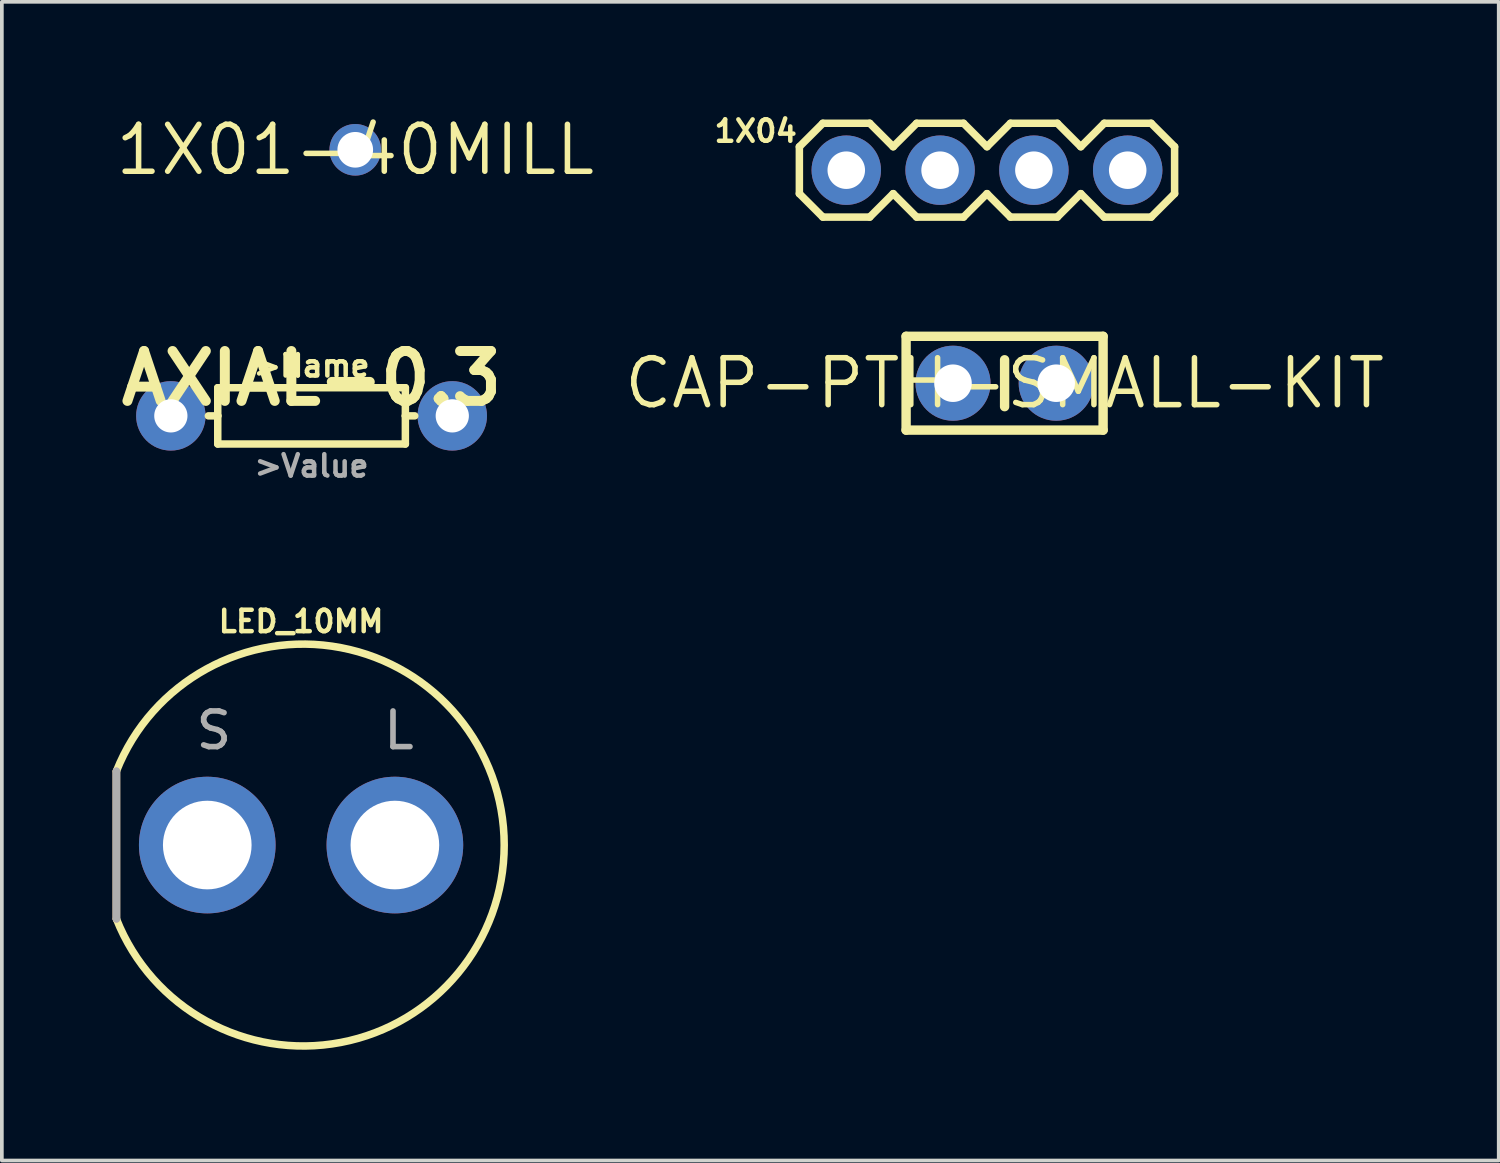
<source format=kicad_pcb>
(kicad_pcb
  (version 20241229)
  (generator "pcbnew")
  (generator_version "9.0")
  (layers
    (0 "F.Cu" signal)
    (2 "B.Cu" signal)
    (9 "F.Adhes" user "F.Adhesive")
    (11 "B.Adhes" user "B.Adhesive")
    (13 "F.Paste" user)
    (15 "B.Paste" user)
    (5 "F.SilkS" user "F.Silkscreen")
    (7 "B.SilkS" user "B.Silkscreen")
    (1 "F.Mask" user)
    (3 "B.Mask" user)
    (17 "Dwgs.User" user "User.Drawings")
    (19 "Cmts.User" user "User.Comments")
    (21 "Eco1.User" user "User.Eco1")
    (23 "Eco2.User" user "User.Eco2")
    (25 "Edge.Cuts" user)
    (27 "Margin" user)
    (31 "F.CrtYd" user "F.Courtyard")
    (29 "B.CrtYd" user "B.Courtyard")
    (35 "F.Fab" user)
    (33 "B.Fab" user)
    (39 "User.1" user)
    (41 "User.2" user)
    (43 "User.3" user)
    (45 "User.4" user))
  (footprint "AXIAL-0.3"
    (layer "F.Cu")
    (at 5.386 8.21)
    (property "Reference" "AXIAL-0.3" (at 0 -1.016 180) (layer "F.SilkS") (effects (font (size 1.351 1.351) (thickness 0.27))))
    (attr through_hole)
    (fp_line (start -2.54 -0.762) (end 2.54 -0.762) (stroke (width 0.203) (type solid)) (layer "F.SilkS"))
    (fp_line (start -2.54 0) (end -2.794 0) (stroke (width 0.203) (type solid)) (layer "F.SilkS"))
    (fp_line (start -2.54 0) (end -2.54 -0.762) (stroke (width 0.203) (type solid)) (layer "F.SilkS"))
    (fp_line (start -2.54 0.762) (end -2.54 0) (stroke (width 0.203) (type solid)) (layer "F.SilkS"))
    (fp_line (start 2.54 -0.762) (end 2.54 0) (stroke (width 0.203) (type solid)) (layer "F.SilkS"))
    (fp_line (start 2.54 0) (end 2.54 0.762) (stroke (width 0.203) (type solid)) (layer "F.SilkS"))
    (fp_line (start 2.54 0) (end 2.794 0) (stroke (width 0.203) (type solid)) (layer "F.SilkS"))
    (fp_line (start 2.54 0.762) (end -2.54 0.762) (stroke (width 0.203) (type solid)) (layer "F.SilkS"))
    (fp_text user ">Name" (at 0 -1.016 0) (layer "F.SilkS") (effects (font (size 0.579 0.579) (thickness 0.122)) (justify bottom)))
    (fp_text user ">Value" (at 0 1.016 0) (layer "F.Fab") (effects (font (size 0.579 0.579) (thickness 0.122)) (justify top)))
    (pad "P$1" thru_hole circle (at -3.81 0) (size 1.88 1.88) (drill 0.9) (layers "*.Cu" "*.Mask"))
    (pad "P$2" thru_hole circle (at 3.81 0) (size 1.88 1.88) (drill 0.9) (layers "*.Cu" "*.Mask")))
  (footprint "1X04"
    (layer "F.Cu")
    (at 19.864 1.558)
    (property "Reference" "1X04" (at -1.27 -1.397 0) (layer "F.SilkS") (effects (font (size 0.579 0.579) (thickness 0.122)) (justify right top)))
    (attr through_hole)
    (fp_line (start -1.27 -0.635) (end -1.27 0.635) (stroke (width 0.203) (type solid)) (layer "F.SilkS"))
    (fp_line (start -1.27 0.635) (end -0.635 1.27) (stroke (width 0.203) (type solid)) (layer "F.SilkS"))
    (fp_line (start -0.635 -1.27) (end -1.27 -0.635) (stroke (width 0.203) (type solid)) (layer "F.SilkS"))
    (fp_line (start -0.635 -1.27) (end 0.635 -1.27) (stroke (width 0.203) (type solid)) (layer "F.SilkS"))
    (fp_line (start 0.635 -1.27) (end 1.27 -0.635) (stroke (width 0.203) (type solid)) (layer "F.SilkS"))
    (fp_line (start 0.635 1.27) (end -0.635 1.27) (stroke (width 0.203) (type solid)) (layer "F.SilkS"))
    (fp_line (start 1.27 -0.635) (end 1.905 -1.27) (stroke (width 0.203) (type solid)) (layer "F.SilkS"))
    (fp_line (start 1.27 0.635) (end 0.635 1.27) (stroke (width 0.203) (type solid)) (layer "F.SilkS"))
    (fp_line (start 1.905 -1.27) (end 3.175 -1.27) (stroke (width 0.203) (type solid)) (layer "F.SilkS"))
    (fp_line (start 1.905 1.27) (end 1.27 0.635) (stroke (width 0.203) (type solid)) (layer "F.SilkS"))
    (fp_line (start 3.175 -1.27) (end 3.81 -0.635) (stroke (width 0.203) (type solid)) (layer "F.SilkS"))
    (fp_line (start 3.175 1.27) (end 1.905 1.27) (stroke (width 0.203) (type solid)) (layer "F.SilkS"))
    (fp_line (start 3.81 -0.635) (end 4.445 -1.27) (stroke (width 0.203) (type solid)) (layer "F.SilkS"))
    (fp_line (start 3.81 0.635) (end 3.175 1.27) (stroke (width 0.203) (type solid)) (layer "F.SilkS"))
    (fp_line (start 4.445 -1.27) (end 5.715 -1.27) (stroke (width 0.203) (type solid)) (layer "F.SilkS"))
    (fp_line (start 4.445 1.27) (end 3.81 0.635) (stroke (width 0.203) (type solid)) (layer "F.SilkS"))
    (fp_line (start 5.715 -1.27) (end 6.35 -0.635) (stroke (width 0.203) (type solid)) (layer "F.SilkS"))
    (fp_line (start 5.715 1.27) (end 4.445 1.27) (stroke (width 0.203) (type solid)) (layer "F.SilkS"))
    (fp_line (start 6.35 0.635) (end 5.715 1.27) (stroke (width 0.203) (type solid)) (layer "F.SilkS"))
    (fp_line (start 6.35 0.635) (end 6.985 1.27) (stroke (width 0.203) (type solid)) (layer "F.SilkS"))
    (fp_line (start 6.985 -1.27) (end 6.35 -0.635) (stroke (width 0.203) (type solid)) (layer "F.SilkS"))
    (fp_line (start 6.985 -1.27) (end 8.255 -1.27) (stroke (width 0.203) (type solid)) (layer "F.SilkS"))
    (fp_line (start 8.255 -1.27) (end 8.89 -0.635) (stroke (width 0.203) (type solid)) (layer "F.SilkS"))
    (fp_line (start 8.255 1.27) (end 6.985 1.27) (stroke (width 0.203) (type solid)) (layer "F.SilkS"))
    (fp_line (start 8.89 -0.635) (end 8.89 0.635) (stroke (width 0.203) (type solid)) (layer "F.SilkS"))
    (fp_line (start 8.89 0.635) (end 8.255 1.27) (stroke (width 0.203) (type solid)) (layer "F.SilkS"))
    (fp_poly (pts (xy -0.254 0.254) (xy 0.254 0.254) (xy 0.254 -0.254) (xy -0.254 -0.254)) (stroke (width 0.1) (type solid)) (fill no) (layer "F.Fab"))
    (fp_poly (pts (xy 2.286 0.254) (xy 2.794 0.254) (xy 2.794 -0.254) (xy 2.286 -0.254)) (stroke (width 0.1) (type solid)) (fill no) (layer "F.Fab"))
    (fp_poly (pts (xy 4.826 0.254) (xy 5.334 0.254) (xy 5.334 -0.254) (xy 4.826 -0.254)) (stroke (width 0.1) (type solid)) (fill no) (layer "F.Fab"))
    (fp_poly (pts (xy 7.366 0.254) (xy 7.874 0.254) (xy 7.874 -0.254) (xy 7.366 -0.254)) (stroke (width 0.1) (type solid)) (fill no) (layer "F.Fab"))
    (pad "1" thru_hole circle (at 0 0 90) (size 1.88 1.88) (drill 1.016) (layers "*.Cu" "*.Mask"))
    (pad "2" thru_hole circle (at 2.54 0 90) (size 1.88 1.88) (drill 1.016) (layers "*.Cu" "*.Mask"))
    (pad "3" thru_hole circle (at 5.08 0 90) (size 1.88 1.88) (drill 1.016) (layers "*.Cu" "*.Mask"))
    (pad "4" thru_hole circle (at 7.62 0 90) (size 1.88 1.88) (drill 1.016) (layers "*.Cu" "*.Mask")))
  (footprint "1X01-40MILL"
    (layer "F.Cu")
    (at 6.569 1.006)
    (property "Reference" "1X01-40MILL" (at 0 0 0) (layer "F.SilkS") (effects (font (size 1.27 1.27) (thickness 0.15))))
    (attr through_hole)
    (fp_poly (pts (xy -0.254 0.254) (xy 0.254 0.254) (xy 0.254 -0.254) (xy -0.254 -0.254)) (stroke (width 0.1) (type solid)) (fill no) (layer "F.Fab"))
    (pad "1" thru_hole circle (at 0 0 90) (size 1.397 1.397) (drill 0.965) (layers "*.Cu" "*.Mask")))
  (footprint "LED_10MM"
    (layer "F.Cu")
    (at 5.102 19.831)
    (property "Reference" "LED_10MM" (at 0 -5.715 0) (layer "F.SilkS") (effects (font (size 0.579 0.579) (thickness 0.122)) (justify bottom)))
    (attr through_hole)
    (fp_line (start -5 -2) (end -5 2) (stroke (width 0.203) (type solid)) (layer "F.SilkS"))
    (fp_arc (start -5 -1.999999) (mid 5.499952 0) (end -5 2) (stroke (width 0.2032) (type solid)) (layer "F.SilkS"))
    (fp_line (start -5 -2) (end -5 2) (stroke (width 0.203) (type solid)) (layer "B.SilkS"))
    (fp_line (start -5 -2) (end -5 2) (stroke (width 0.203) (type solid)) (layer "F.Fab"))
    (fp_text user "S" (at -2.921 -2.54 0) (layer "F.Fab") (effects (font (size 0.965 0.965) (thickness 0.152)) (justify left bottom)))
    (fp_text user "L" (at 2.159 -2.54 0) (layer "F.Fab") (effects (font (size 0.965 0.965) (thickness 0.152)) (justify left bottom)))
    (pad "A" thru_hole circle (at 2.54 0) (size 3.7 3.7) (drill 2.4) (layers "*.Cu" "*.Mask"))
    (pad "C" thru_hole circle (at -2.54 0) (size 3.7 3.7) (drill 2.4) (layers "*.Cu" "*.Mask")))
  (footprint "CAP-PTH-SMALL-KIT"
    (layer "F.Cu")
    (at 24.151 7.326)
    (property "Reference" "CAP-PTH-SMALL-KIT" (at 0 0 0) (layer "F.SilkS") (effects (font (size 1.27 1.27) (thickness 0.15))))
    (attr through_hole)
    (fp_poly (pts (xy -1.405 0.44) (xy -1.405 0.44) (xy -1.572 0.41) (xy -1.715 0.319) (xy -1.812 0.181) (xy -1.849 0.015) (xy -1.819 -0.16) (xy -1.724 -0.31) (xy -1.405 -0.452) (xy -1.405 -0.452) (xy -1.233 -0.415) (xy -1.089 -0.315) (xy -0.963 0.005) (xy -0.997 0.172) (xy -1.094 0.314)) (stroke (width 0) (type solid)) (fill yes) (layer "F.Mask"))
    (fp_poly (pts (xy 1.395 0.44) (xy 1.395 0.44) (xy 1.228 0.41) (xy 1.084 0.319) (xy 0.987 0.181) (xy 0.95 0.015) (xy 0.98 -0.16) (xy 1.075 -0.31) (xy 1.395 -0.452) (xy 1.394 -0.452) (xy 1.566 -0.415) (xy 1.71 -0.315) (xy 1.836 0.005) (xy 1.836 0.005) (xy 1.802 0.172) (xy 1.705 0.314)) (stroke (width 0) (type solid)) (fill yes) (layer "F.Mask"))
    (fp_poly (pts (xy 1.397 0.948) (xy 1.397 0.948) (xy 1.187 0.927) (xy 0.987 0.86) (xy 0.807 0.75) (xy 0.656 0.603) (xy 0.541 0.425) (xy 0.442 0.018) (xy 0.464 -0.197) (xy 0.533 -0.402) (xy 0.645 -0.586) (xy 0.796 -0.74) (xy 0.977 -0.857) (xy 1.18 -0.931) (xy 1.395 -0.958) (xy 1.609 -0.93) (xy 1.811 -0.856) (xy 1.992 -0.739) (xy 2.143 -0.584) (xy 2.255 -0.399) (xy 2.323 -0.194) (xy 2.345 0.02) (xy 2.345 0.02) (xy 2.319 0.229) (xy 2.247 0.426) (xy 2.134 0.603) (xy 1.984 0.749) (xy 1.805 0.859)) (stroke (width 0) (type solid)) (fill yes) (layer "B.Mask"))
    (fp_poly (pts (xy -1.402 0.948) (xy -1.402 0.948) (xy -1.612 0.927) (xy -1.812 0.86) (xy -1.992 0.75) (xy -2.144 0.603) (xy -2.258 0.425) (xy -2.357 0.018) (xy -2.357 0.018) (xy -2.335 -0.197) (xy -2.267 -0.402) (xy -2.154 -0.586) (xy -2.003 -0.74) (xy -1.822 -0.857) (xy -1.619 -0.931) (xy -1.405 -0.958) (xy -1.19 -0.93) (xy -0.988 -0.856) (xy -0.807 -0.739) (xy -0.656 -0.584) (xy -0.544 -0.399) (xy -0.476 -0.194) (xy -0.455 0.02) (xy -0.455 0.02) (xy -0.48 0.229) (xy -0.552 0.426) (xy -0.665 0.603) (xy -0.815 0.749) (xy -0.994 0.859)) (stroke (width 0) (type solid)) (fill yes) (layer "B.Mask"))
    (fp_line (start -2.667 -1.27) (end 2.667 -1.27) (stroke (width 0.254) (type solid)) (layer "F.SilkS"))
    (fp_line (start -2.667 1.27) (end -2.667 -1.27) (stroke (width 0.254) (type solid)) (layer "F.SilkS"))
    (fp_line (start 0 -0.635) (end 0 0.635) (stroke (width 0.254) (type solid)) (layer "F.SilkS"))
    (fp_line (start 2.667 -1.27) (end 2.667 1.27) (stroke (width 0.254) (type solid)) (layer "F.SilkS"))
    (fp_line (start 2.667 1.27) (end -2.667 1.27) (stroke (width 0.254) (type solid)) (layer "F.SilkS"))
    (pad "1" thru_hole circle (at -1.397 0) (size 2.032 2.032) (drill 1.016) (layers "*.Cu" "*.Mask"))
    (pad "2" thru_hole circle (at 1.397 0) (size 2.032 2.032) (drill 1.016) (layers "*.Cu" "*.Mask")))
  (gr_rect
    (start -3 -3)
    (end 37.53 28.373)
    (stroke (width 0.1) (type default))
    (fill no)
    (layer "Edge.Cuts")))
</source>
